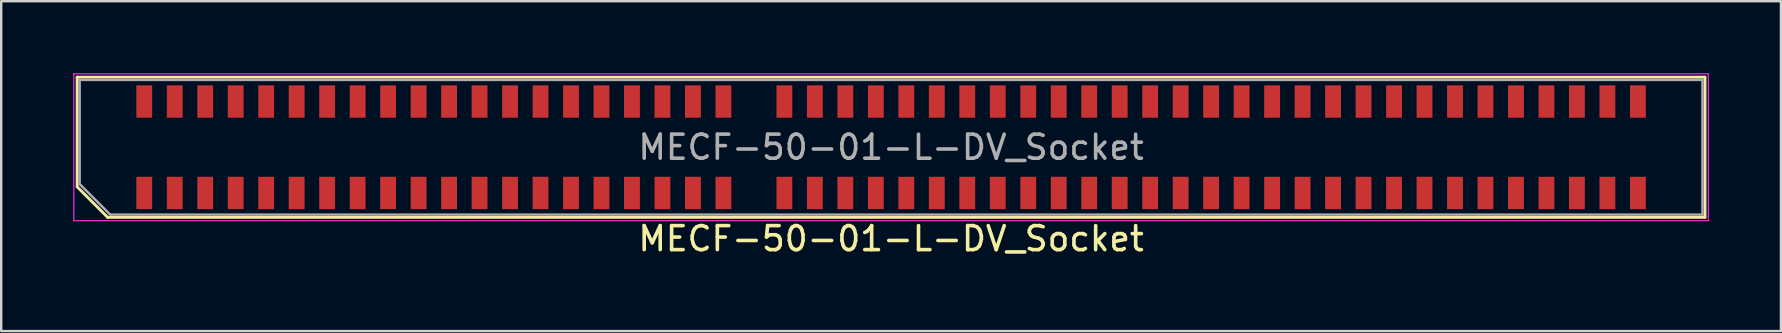
<source format=kicad_pcb>
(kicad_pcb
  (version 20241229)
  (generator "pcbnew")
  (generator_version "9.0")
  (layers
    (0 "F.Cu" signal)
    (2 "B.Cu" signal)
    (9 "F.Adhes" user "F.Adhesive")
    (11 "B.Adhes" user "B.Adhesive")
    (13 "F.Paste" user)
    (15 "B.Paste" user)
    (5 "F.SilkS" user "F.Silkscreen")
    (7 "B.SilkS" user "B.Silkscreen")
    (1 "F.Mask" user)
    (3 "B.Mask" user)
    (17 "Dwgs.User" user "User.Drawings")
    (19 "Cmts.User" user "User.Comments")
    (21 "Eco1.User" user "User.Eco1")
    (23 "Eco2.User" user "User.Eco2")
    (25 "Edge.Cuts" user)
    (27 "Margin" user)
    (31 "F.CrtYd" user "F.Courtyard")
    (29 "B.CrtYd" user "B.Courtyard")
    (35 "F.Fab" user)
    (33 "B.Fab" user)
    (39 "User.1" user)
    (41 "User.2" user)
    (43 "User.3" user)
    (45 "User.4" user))
  (footprint "MECF-50-01-L-DV_Socket"
    (layer "F.Cu")
    (at 34.075 3.085)
    (property "Reference" "MECF-50-01-L-DV_Socket" (at 0 3.81 0) (layer "F.SilkS") (effects (font (size 1 1) (thickness 0.15))))
    (attr smd)
    (fp_line (start -33.91 -2.92) (end 33.91 -2.92) (stroke (width 0.12) (type solid)) (layer "F.SilkS"))
    (fp_line (start -33.91 1.65) (end -33.91 -2.92) (stroke (width 0.12) (type solid)) (layer "F.SilkS"))
    (fp_line (start -32.64 2.92) (end -33.91 1.65) (stroke (width 0.12) (type solid)) (layer "F.SilkS"))
    (fp_line (start -32.64 2.92) (end 33.91 2.92) (stroke (width 0.12) (type solid)) (layer "F.SilkS"))
    (fp_line (start 33.91 2.92) (end 33.91 -2.92) (stroke (width 0.12) (type solid)) (layer "F.SilkS"))
    (fp_line (start -34.05 -3.06) (end -34.05 3.06) (stroke (width 0.05) (type solid)) (layer "F.CrtYd"))
    (fp_line (start -34.05 3.06) (end 34.05 3.06) (stroke (width 0.05) (type solid)) (layer "F.CrtYd"))
    (fp_line (start 34.05 -3.06) (end -34.05 -3.06) (stroke (width 0.05) (type solid)) (layer "F.CrtYd"))
    (fp_line (start 34.05 3.06) (end 34.05 -3.06) (stroke (width 0.05) (type solid)) (layer "F.CrtYd"))
    (fp_line (start -33.805 -2.805) (end 33.805 -2.805) (stroke (width 0.1) (type solid)) (layer "F.Fab"))
    (fp_line (start -33.805 1.535) (end -33.805 -2.805) (stroke (width 0.1) (type solid)) (layer "F.Fab"))
    (fp_line (start -33.805 1.535) (end -32.535 2.805) (stroke (width 0.1) (type solid)) (layer "F.Fab"))
    (fp_line (start -32.535 2.805) (end 33.805 2.805) (stroke (width 0.1) (type solid)) (layer "F.Fab"))
    (fp_line (start 33.805 2.805) (end 33.805 -2.805) (stroke (width 0.1) (type solid)) (layer "F.Fab"))
    (fp_text user "${REFERENCE}" (at 0 0 0) (layer "F.Fab") (effects (font (size 1 1) (thickness 0.15))))
    (pad "" np_thru_hole circle (at -32.895 0) (size 0.001 0.001) (drill 1.45) (layers "*.Cu" "*.Mask"))
    (pad "" np_thru_hole circle (at 32.895 1) (size 0.001 0.001) (drill 1.45) (layers "*.Cu" "*.Mask"))
    (pad "1" smd rect (at -31.115 1.905) (size 0.66 1.35) (layers "F.Cu" "F.Mask" "F.Paste"))
    (pad "2" smd rect (at -31.115 -1.905) (size 0.66 1.35) (layers "F.Cu" "F.Mask" "F.Paste"))
    (pad "3" smd rect (at -29.845 1.905) (size 0.66 1.35) (layers "F.Cu" "F.Mask" "F.Paste"))
    (pad "4" smd rect (at -29.845 -1.905) (size 0.66 1.35) (layers "F.Cu" "F.Mask" "F.Paste"))
    (pad "5" smd rect (at -28.575 1.905) (size 0.66 1.35) (layers "F.Cu" "F.Mask" "F.Paste"))
    (pad "6" smd rect (at -28.575 -1.905) (size 0.66 1.35) (layers "F.Cu" "F.Mask" "F.Paste"))
    (pad "7" smd rect (at -27.305 1.905) (size 0.66 1.35) (layers "F.Cu" "F.Mask" "F.Paste"))
    (pad "8" smd rect (at -27.305 -1.905) (size 0.66 1.35) (layers "F.Cu" "F.Mask" "F.Paste"))
    (pad "9" smd rect (at -26.035 1.905) (size 0.66 1.35) (layers "F.Cu" "F.Mask" "F.Paste"))
    (pad "10" smd rect (at -26.035 -1.905) (size 0.66 1.35) (layers "F.Cu" "F.Mask" "F.Paste"))
    (pad "11" smd rect (at -24.765 1.905) (size 0.66 1.35) (layers "F.Cu" "F.Mask" "F.Paste"))
    (pad "12" smd rect (at -24.765 -1.905) (size 0.66 1.35) (layers "F.Cu" "F.Mask" "F.Paste"))
    (pad "13" smd rect (at -23.495 1.905) (size 0.66 1.35) (layers "F.Cu" "F.Mask" "F.Paste"))
    (pad "14" smd rect (at -23.495 -1.905) (size 0.66 1.35) (layers "F.Cu" "F.Mask" "F.Paste"))
    (pad "15" smd rect (at -22.225 1.905) (size 0.66 1.35) (layers "F.Cu" "F.Mask" "F.Paste"))
    (pad "16" smd rect (at -22.225 -1.905) (size 0.66 1.35) (layers "F.Cu" "F.Mask" "F.Paste"))
    (pad "17" smd rect (at -20.955 1.905) (size 0.66 1.35) (layers "F.Cu" "F.Mask" "F.Paste"))
    (pad "18" smd rect (at -20.955 -1.905) (size 0.66 1.35) (layers "F.Cu" "F.Mask" "F.Paste"))
    (pad "19" smd rect (at -19.685 1.905) (size 0.66 1.35) (layers "F.Cu" "F.Mask" "F.Paste"))
    (pad "20" smd rect (at -19.685 -1.905) (size 0.66 1.35) (layers "F.Cu" "F.Mask" "F.Paste"))
    (pad "21" smd rect (at -18.415 1.905) (size 0.66 1.35) (layers "F.Cu" "F.Mask" "F.Paste"))
    (pad "22" smd rect (at -18.415 -1.905) (size 0.66 1.35) (layers "F.Cu" "F.Mask" "F.Paste"))
    (pad "23" smd rect (at -17.145 1.905) (size 0.66 1.35) (layers "F.Cu" "F.Mask" "F.Paste"))
    (pad "24" smd rect (at -17.145 -1.905) (size 0.66 1.35) (layers "F.Cu" "F.Mask" "F.Paste"))
    (pad "25" smd rect (at -15.875 1.905) (size 0.66 1.35) (layers "F.Cu" "F.Mask" "F.Paste"))
    (pad "26" smd rect (at -15.875 -1.905) (size 0.66 1.35) (layers "F.Cu" "F.Mask" "F.Paste"))
    (pad "27" smd rect (at -14.605 1.905) (size 0.66 1.35) (layers "F.Cu" "F.Mask" "F.Paste"))
    (pad "28" smd rect (at -14.605 -1.905) (size 0.66 1.35) (layers "F.Cu" "F.Mask" "F.Paste"))
    (pad "29" smd rect (at -13.335 1.905) (size 0.66 1.35) (layers "F.Cu" "F.Mask" "F.Paste"))
    (pad "30" smd rect (at -13.335 -1.905) (size 0.66 1.35) (layers "F.Cu" "F.Mask" "F.Paste"))
    (pad "31" smd rect (at -12.065 1.905) (size 0.66 1.35) (layers "F.Cu" "F.Mask" "F.Paste"))
    (pad "32" smd rect (at -12.065 -1.905) (size 0.66 1.35) (layers "F.Cu" "F.Mask" "F.Paste"))
    (pad "33" smd rect (at -10.795 1.905) (size 0.66 1.35) (layers "F.Cu" "F.Mask" "F.Paste"))
    (pad "34" smd rect (at -10.795 -1.905) (size 0.66 1.35) (layers "F.Cu" "F.Mask" "F.Paste"))
    (pad "35" smd rect (at -9.525 1.905) (size 0.66 1.35) (layers "F.Cu" "F.Mask" "F.Paste"))
    (pad "36" smd rect (at -9.525 -1.905) (size 0.66 1.35) (layers "F.Cu" "F.Mask" "F.Paste"))
    (pad "37" smd rect (at -8.255 1.905) (size 0.66 1.35) (layers "F.Cu" "F.Mask" "F.Paste"))
    (pad "38" smd rect (at -8.255 -1.905) (size 0.66 1.35) (layers "F.Cu" "F.Mask" "F.Paste"))
    (pad "39" smd rect (at -6.985 1.905) (size 0.66 1.35) (layers "F.Cu" "F.Mask" "F.Paste"))
    (pad "40" smd rect (at -6.985 -1.905) (size 0.66 1.35) (layers "F.Cu" "F.Mask" "F.Paste"))
    (pad "43" smd rect (at -4.445 1.905) (size 0.66 1.35) (layers "F.Cu" "F.Mask" "F.Paste"))
    (pad "44" smd rect (at -4.445 -1.905) (size 0.66 1.35) (layers "F.Cu" "F.Mask" "F.Paste"))
    (pad "45" smd rect (at -3.175 1.905) (size 0.66 1.35) (layers "F.Cu" "F.Mask" "F.Paste"))
    (pad "46" smd rect (at -3.175 -1.905) (size 0.66 1.35) (layers "F.Cu" "F.Mask" "F.Paste"))
    (pad "47" smd rect (at -1.905 1.905) (size 0.66 1.35) (layers "F.Cu" "F.Mask" "F.Paste"))
    (pad "48" smd rect (at -1.905 -1.905) (size 0.66 1.35) (layers "F.Cu" "F.Mask" "F.Paste"))
    (pad "49" smd rect (at -0.635 1.905) (size 0.66 1.35) (layers "F.Cu" "F.Mask" "F.Paste"))
    (pad "50" smd rect (at -0.635 -1.905) (size 0.66 1.35) (layers "F.Cu" "F.Mask" "F.Paste"))
    (pad "51" smd rect (at 0.635 1.905) (size 0.66 1.35) (layers "F.Cu" "F.Mask" "F.Paste"))
    (pad "52" smd rect (at 0.635 -1.905) (size 0.66 1.35) (layers "F.Cu" "F.Mask" "F.Paste"))
    (pad "53" smd rect (at 1.905 1.905) (size 0.66 1.35) (layers "F.Cu" "F.Mask" "F.Paste"))
    (pad "54" smd rect (at 1.905 -1.905) (size 0.66 1.35) (layers "F.Cu" "F.Mask" "F.Paste"))
    (pad "55" smd rect (at 3.175 1.905) (size 0.66 1.35) (layers "F.Cu" "F.Mask" "F.Paste"))
    (pad "56" smd rect (at 3.175 -1.905) (size 0.66 1.35) (layers "F.Cu" "F.Mask" "F.Paste"))
    (pad "57" smd rect (at 4.445 1.905) (size 0.66 1.35) (layers "F.Cu" "F.Mask" "F.Paste"))
    (pad "58" smd rect (at 4.445 -1.905) (size 0.66 1.35) (layers "F.Cu" "F.Mask" "F.Paste"))
    (pad "59" smd rect (at 5.715 1.905) (size 0.66 1.35) (layers "F.Cu" "F.Mask" "F.Paste"))
    (pad "60" smd rect (at 5.715 -1.905) (size 0.66 1.35) (layers "F.Cu" "F.Mask" "F.Paste"))
    (pad "61" smd rect (at 6.985 1.905) (size 0.66 1.35) (layers "F.Cu" "F.Mask" "F.Paste"))
    (pad "62" smd rect (at 6.985 -1.905) (size 0.66 1.35) (layers "F.Cu" "F.Mask" "F.Paste"))
    (pad "63" smd rect (at 8.255 1.905) (size 0.66 1.35) (layers "F.Cu" "F.Mask" "F.Paste"))
    (pad "64" smd rect (at 8.255 -1.905) (size 0.66 1.35) (layers "F.Cu" "F.Mask" "F.Paste"))
    (pad "65" smd rect (at 9.525 1.905) (size 0.66 1.35) (layers "F.Cu" "F.Mask" "F.Paste"))
    (pad "66" smd rect (at 9.525 -1.905) (size 0.66 1.35) (layers "F.Cu" "F.Mask" "F.Paste"))
    (pad "67" smd rect (at 10.795 1.905) (size 0.66 1.35) (layers "F.Cu" "F.Mask" "F.Paste"))
    (pad "68" smd rect (at 10.795 -1.905) (size 0.66 1.35) (layers "F.Cu" "F.Mask" "F.Paste"))
    (pad "69" smd rect (at 12.065 1.905) (size 0.66 1.35) (layers "F.Cu" "F.Mask" "F.Paste"))
    (pad "70" smd rect (at 12.065 -1.905) (size 0.66 1.35) (layers "F.Cu" "F.Mask" "F.Paste"))
    (pad "71" smd rect (at 13.335 1.905) (size 0.66 1.35) (layers "F.Cu" "F.Mask" "F.Paste"))
    (pad "72" smd rect (at 13.335 -1.905) (size 0.66 1.35) (layers "F.Cu" "F.Mask" "F.Paste"))
    (pad "73" smd rect (at 14.605 1.905) (size 0.66 1.35) (layers "F.Cu" "F.Mask" "F.Paste"))
    (pad "74" smd rect (at 14.605 -1.905) (size 0.66 1.35) (layers "F.Cu" "F.Mask" "F.Paste"))
    (pad "75" smd rect (at 15.875 1.905) (size 0.66 1.35) (layers "F.Cu" "F.Mask" "F.Paste"))
    (pad "76" smd rect (at 15.875 -1.905) (size 0.66 1.35) (layers "F.Cu" "F.Mask" "F.Paste"))
    (pad "77" smd rect (at 17.145 1.905) (size 0.66 1.35) (layers "F.Cu" "F.Mask" "F.Paste"))
    (pad "78" smd rect (at 17.145 -1.905) (size 0.66 1.35) (layers "F.Cu" "F.Mask" "F.Paste"))
    (pad "79" smd rect (at 18.415 1.905) (size 0.66 1.35) (layers "F.Cu" "F.Mask" "F.Paste"))
    (pad "80" smd rect (at 18.415 -1.905) (size 0.66 1.35) (layers "F.Cu" "F.Mask" "F.Paste"))
    (pad "81" smd rect (at 19.685 1.905) (size 0.66 1.35) (layers "F.Cu" "F.Mask" "F.Paste"))
    (pad "82" smd rect (at 19.685 -1.905) (size 0.66 1.35) (layers "F.Cu" "F.Mask" "F.Paste"))
    (pad "83" smd rect (at 20.955 1.905) (size 0.66 1.35) (layers "F.Cu" "F.Mask" "F.Paste"))
    (pad "84" smd rect (at 20.955 -1.905) (size 0.66 1.35) (layers "F.Cu" "F.Mask" "F.Paste"))
    (pad "85" smd rect (at 22.225 1.905) (size 0.66 1.35) (layers "F.Cu" "F.Mask" "F.Paste"))
    (pad "86" smd rect (at 22.225 -1.905) (size 0.66 1.35) (layers "F.Cu" "F.Mask" "F.Paste"))
    (pad "87" smd rect (at 23.495 1.905) (size 0.66 1.35) (layers "F.Cu" "F.Mask" "F.Paste"))
    (pad "88" smd rect (at 23.495 -1.905) (size 0.66 1.35) (layers "F.Cu" "F.Mask" "F.Paste"))
    (pad "89" smd rect (at 24.765 1.905) (size 0.66 1.35) (layers "F.Cu" "F.Mask" "F.Paste"))
    (pad "90" smd rect (at 24.765 -1.905) (size 0.66 1.35) (layers "F.Cu" "F.Mask" "F.Paste"))
    (pad "91" smd rect (at 26.035 1.905) (size 0.66 1.35) (layers "F.Cu" "F.Mask" "F.Paste"))
    (pad "92" smd rect (at 26.035 -1.905) (size 0.66 1.35) (layers "F.Cu" "F.Mask" "F.Paste"))
    (pad "93" smd rect (at 27.305 1.905) (size 0.66 1.35) (layers "F.Cu" "F.Mask" "F.Paste"))
    (pad "94" smd rect (at 27.305 -1.905) (size 0.66 1.35) (layers "F.Cu" "F.Mask" "F.Paste"))
    (pad "95" smd rect (at 28.575 1.905) (size 0.66 1.35) (layers "F.Cu" "F.Mask" "F.Paste"))
    (pad "96" smd rect (at 28.575 -1.905) (size 0.66 1.35) (layers "F.Cu" "F.Mask" "F.Paste"))
    (pad "97" smd rect (at 29.845 1.905) (size 0.66 1.35) (layers "F.Cu" "F.Mask" "F.Paste"))
    (pad "98" smd rect (at 29.845 -1.905) (size 0.66 1.35) (layers "F.Cu" "F.Mask" "F.Paste"))
    (pad "99" smd rect (at 31.115 1.905) (size 0.66 1.35) (layers "F.Cu" "F.Mask" "F.Paste"))
    (pad "100" smd rect (at 31.115 -1.905) (size 0.66 1.35) (layers "F.Cu" "F.Mask" "F.Paste")))
  (gr_rect
    (start -3 -3)
    (end 71.15 10.743)
    (stroke (width 0.1) (type default))
    (fill no)
    (layer "Edge.Cuts")))
</source>
